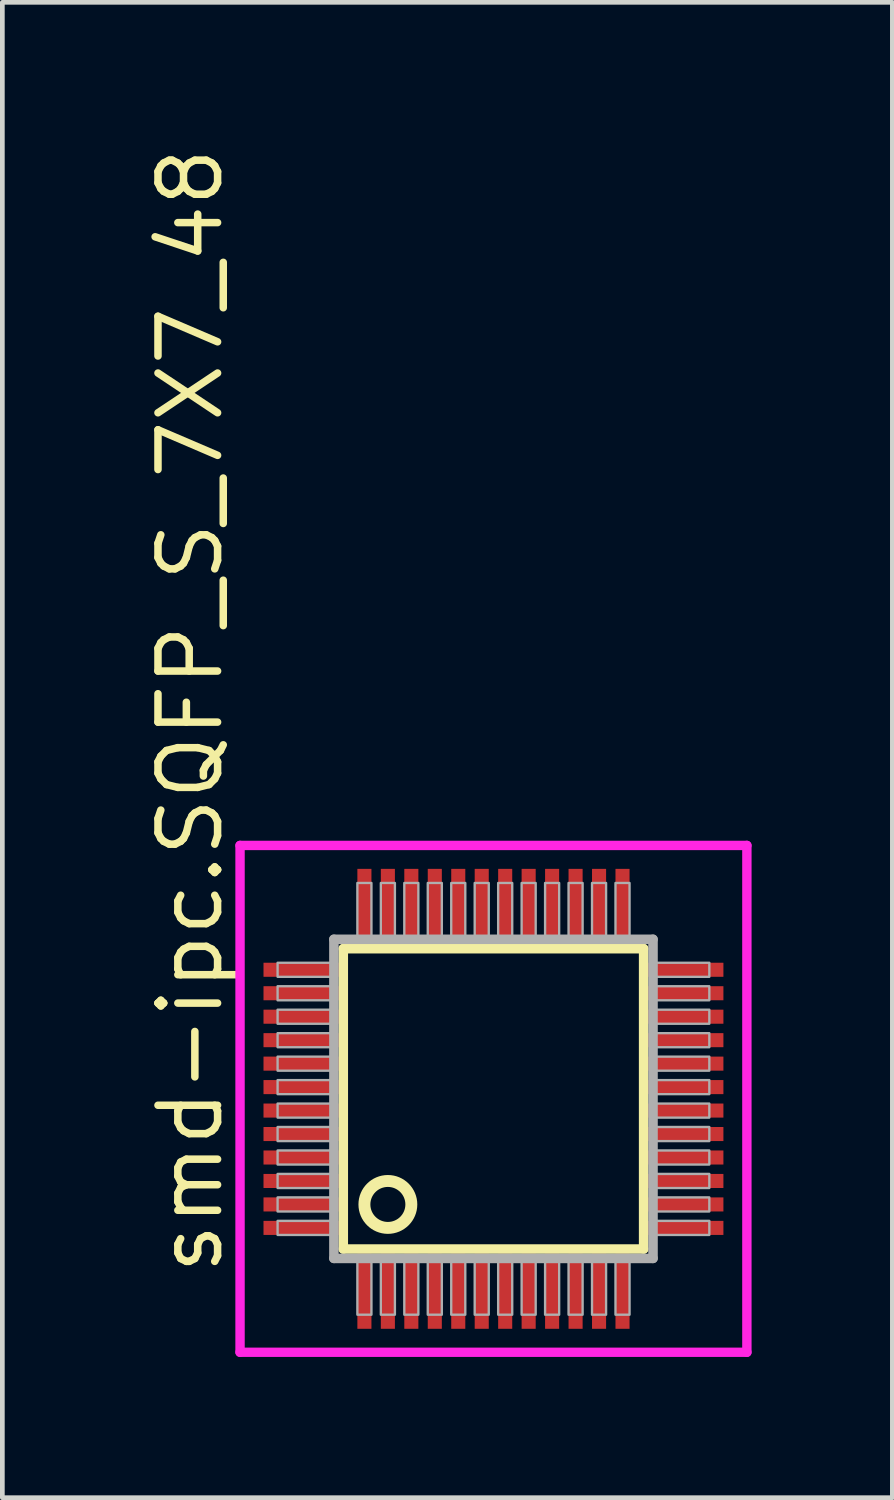
<source format=kicad_pcb>
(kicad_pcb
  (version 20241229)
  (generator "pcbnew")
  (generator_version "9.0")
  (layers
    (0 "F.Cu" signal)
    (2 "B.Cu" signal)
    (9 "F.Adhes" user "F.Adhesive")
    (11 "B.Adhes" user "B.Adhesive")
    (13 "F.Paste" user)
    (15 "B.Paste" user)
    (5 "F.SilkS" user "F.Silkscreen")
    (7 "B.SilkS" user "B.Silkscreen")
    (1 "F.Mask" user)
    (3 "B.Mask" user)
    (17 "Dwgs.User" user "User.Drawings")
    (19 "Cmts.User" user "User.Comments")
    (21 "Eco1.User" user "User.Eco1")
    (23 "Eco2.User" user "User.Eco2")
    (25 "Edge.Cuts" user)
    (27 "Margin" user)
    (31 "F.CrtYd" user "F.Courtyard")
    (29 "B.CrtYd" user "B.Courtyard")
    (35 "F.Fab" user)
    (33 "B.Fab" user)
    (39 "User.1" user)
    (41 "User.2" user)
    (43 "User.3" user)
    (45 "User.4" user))
  (footprint "smd-ipc.SQFP_S_7X7_48"
    (layer "F.Cu")
    (at 7.465 20.365)
    (property "Reference" "smd-ipc.SQFP_S_7X7_48" (at -5.715 3.81 90) (layer "F.SilkS") (effects (font (size 1.27 1.27) (thickness 0.16)) (justify left bottom)))
    (attr smd)
    (fp_line (start -3.2 -3.2) (end 3.2 -3.2) (stroke (width 0.203) (type default)) (layer "F.SilkS"))
    (fp_line (start -3.2 3.2) (end -3.2 -3.2) (stroke (width 0.203) (type default)) (layer "F.SilkS"))
    (fp_line (start 3.2 -3.2) (end 3.2 3.2) (stroke (width 0.203) (type default)) (layer "F.SilkS"))
    (fp_line (start 3.2 3.2) (end -3.2 3.2) (stroke (width 0.203) (type default)) (layer "F.SilkS"))
    (fp_circle (center -2.25 2.25) (end -1.75 2.25) (stroke (width 0.254) (type default)) (fill no) (layer "F.SilkS"))
    (fp_line (start -5.4 -5.4) (end 5.4 -5.4) (stroke (width 0.2) (type default)) (layer "F.CrtYd"))
    (fp_line (start -5.4 5.4) (end -5.4 -5.4) (stroke (width 0.2) (type default)) (layer "F.CrtYd"))
    (fp_line (start 5.4 -5.4) (end 5.4 5.4) (stroke (width 0.2) (type default)) (layer "F.CrtYd"))
    (fp_line (start 5.4 5.4) (end -5.4 5.4) (stroke (width 0.2) (type default)) (layer "F.CrtYd"))
    (fp_line (start -3.4 -3.4) (end -3.4 3.4) (stroke (width 0.203) (type default)) (layer "F.Fab"))
    (fp_line (start -3.4 3.4) (end 3.4 3.4) (stroke (width 0.203) (type default)) (layer "F.Fab"))
    (fp_line (start 3.4 -3.4) (end -3.4 -3.4) (stroke (width 0.203) (type default)) (layer "F.Fab"))
    (fp_line (start 3.4 3.4) (end 3.4 -3.4) (stroke (width 0.203) (type default)) (layer "F.Fab"))
    (fp_rect (start -4.6 -2.6) (end -3.45 -2.9) (stroke (width 0.05) (type default)) (fill no) (layer "F.Fab"))
    (fp_rect (start -4.6 -2.1) (end -3.45 -2.4) (stroke (width 0.05) (type default)) (fill no) (layer "F.Fab"))
    (fp_rect (start -4.6 -1.6) (end -3.45 -1.9) (stroke (width 0.05) (type default)) (fill no) (layer "F.Fab"))
    (fp_rect (start -4.6 -1.1) (end -3.45 -1.4) (stroke (width 0.05) (type default)) (fill no) (layer "F.Fab"))
    (fp_rect (start -4.6 -0.6) (end -3.45 -0.9) (stroke (width 0.05) (type default)) (fill no) (layer "F.Fab"))
    (fp_rect (start -4.6 -0.1) (end -3.45 -0.4) (stroke (width 0.05) (type default)) (fill no) (layer "F.Fab"))
    (fp_rect (start -4.6 0.4) (end -3.45 0.1) (stroke (width 0.05) (type default)) (fill no) (layer "F.Fab"))
    (fp_rect (start -4.6 0.9) (end -3.45 0.6) (stroke (width 0.05) (type default)) (fill no) (layer "F.Fab"))
    (fp_rect (start -4.6 1.4) (end -3.45 1.1) (stroke (width 0.05) (type default)) (fill no) (layer "F.Fab"))
    (fp_rect (start -4.6 1.9) (end -3.45 1.6) (stroke (width 0.05) (type default)) (fill no) (layer "F.Fab"))
    (fp_rect (start -4.6 2.4) (end -3.45 2.1) (stroke (width 0.05) (type default)) (fill no) (layer "F.Fab"))
    (fp_rect (start -4.6 2.9) (end -3.45 2.6) (stroke (width 0.05) (type default)) (fill no) (layer "F.Fab"))
    (fp_rect (start -2.9 -3.45) (end -2.6 -4.6) (stroke (width 0.05) (type default)) (fill no) (layer "F.Fab"))
    (fp_rect (start -2.9 4.6) (end -2.6 3.45) (stroke (width 0.05) (type default)) (fill no) (layer "F.Fab"))
    (fp_rect (start -2.4 -3.45) (end -2.1 -4.6) (stroke (width 0.05) (type default)) (fill no) (layer "F.Fab"))
    (fp_rect (start -2.4 4.6) (end -2.1 3.45) (stroke (width 0.05) (type default)) (fill no) (layer "F.Fab"))
    (fp_rect (start -1.9 -3.45) (end -1.6 -4.6) (stroke (width 0.05) (type default)) (fill no) (layer "F.Fab"))
    (fp_rect (start -1.9 4.6) (end -1.6 3.45) (stroke (width 0.05) (type default)) (fill no) (layer "F.Fab"))
    (fp_rect (start -1.4 -3.45) (end -1.1 -4.6) (stroke (width 0.05) (type default)) (fill no) (layer "F.Fab"))
    (fp_rect (start -1.4 4.6) (end -1.1 3.45) (stroke (width 0.05) (type default)) (fill no) (layer "F.Fab"))
    (fp_rect (start -0.9 -3.45) (end -0.6 -4.6) (stroke (width 0.05) (type default)) (fill no) (layer "F.Fab"))
    (fp_rect (start -0.9 4.6) (end -0.6 3.45) (stroke (width 0.05) (type default)) (fill no) (layer "F.Fab"))
    (fp_rect (start -0.4 -3.45) (end -0.1 -4.6) (stroke (width 0.05) (type default)) (fill no) (layer "F.Fab"))
    (fp_rect (start -0.4 4.6) (end -0.1 3.45) (stroke (width 0.05) (type default)) (fill no) (layer "F.Fab"))
    (fp_rect (start 0.1 -3.45) (end 0.4 -4.6) (stroke (width 0.05) (type default)) (fill no) (layer "F.Fab"))
    (fp_rect (start 0.1 4.6) (end 0.4 3.45) (stroke (width 0.05) (type default)) (fill no) (layer "F.Fab"))
    (fp_rect (start 0.6 -3.45) (end 0.9 -4.6) (stroke (width 0.05) (type default)) (fill no) (layer "F.Fab"))
    (fp_rect (start 0.6 4.6) (end 0.9 3.45) (stroke (width 0.05) (type default)) (fill no) (layer "F.Fab"))
    (fp_rect (start 1.1 -3.45) (end 1.4 -4.6) (stroke (width 0.05) (type default)) (fill no) (layer "F.Fab"))
    (fp_rect (start 1.1 4.6) (end 1.4 3.45) (stroke (width 0.05) (type default)) (fill no) (layer "F.Fab"))
    (fp_rect (start 1.6 -3.45) (end 1.9 -4.6) (stroke (width 0.05) (type default)) (fill no) (layer "F.Fab"))
    (fp_rect (start 1.6 4.6) (end 1.9 3.45) (stroke (width 0.05) (type default)) (fill no) (layer "F.Fab"))
    (fp_rect (start 2.1 -3.45) (end 2.4 -4.6) (stroke (width 0.05) (type default)) (fill no) (layer "F.Fab"))
    (fp_rect (start 2.1 4.6) (end 2.4 3.45) (stroke (width 0.05) (type default)) (fill no) (layer "F.Fab"))
    (fp_rect (start 2.6 -3.45) (end 2.9 -4.6) (stroke (width 0.05) (type default)) (fill no) (layer "F.Fab"))
    (fp_rect (start 2.6 4.6) (end 2.9 3.45) (stroke (width 0.05) (type default)) (fill no) (layer "F.Fab"))
    (fp_rect (start 3.45 -2.6) (end 4.6 -2.9) (stroke (width 0.05) (type default)) (fill no) (layer "F.Fab"))
    (fp_rect (start 3.45 -2.1) (end 4.6 -2.4) (stroke (width 0.05) (type default)) (fill no) (layer "F.Fab"))
    (fp_rect (start 3.45 -1.6) (end 4.6 -1.9) (stroke (width 0.05) (type default)) (fill no) (layer "F.Fab"))
    (fp_rect (start 3.45 -1.1) (end 4.6 -1.4) (stroke (width 0.05) (type default)) (fill no) (layer "F.Fab"))
    (fp_rect (start 3.45 -0.6) (end 4.6 -0.9) (stroke (width 0.05) (type default)) (fill no) (layer "F.Fab"))
    (fp_rect (start 3.45 -0.1) (end 4.6 -0.4) (stroke (width 0.05) (type default)) (fill no) (layer "F.Fab"))
    (fp_rect (start 3.45 0.4) (end 4.6 0.1) (stroke (width 0.05) (type default)) (fill no) (layer "F.Fab"))
    (fp_rect (start 3.45 0.9) (end 4.6 0.6) (stroke (width 0.05) (type default)) (fill no) (layer "F.Fab"))
    (fp_rect (start 3.45 1.4) (end 4.6 1.1) (stroke (width 0.05) (type default)) (fill no) (layer "F.Fab"))
    (fp_rect (start 3.45 1.9) (end 4.6 1.6) (stroke (width 0.05) (type default)) (fill no) (layer "F.Fab"))
    (fp_rect (start 3.45 2.4) (end 4.6 2.1) (stroke (width 0.05) (type default)) (fill no) (layer "F.Fab"))
    (fp_rect (start 3.45 2.9) (end 4.6 2.6) (stroke (width 0.05) (type default)) (fill no) (layer "F.Fab"))
    (pad "1" smd roundrect (at -2.75 4.1) (size 0.3 1.6) (layers "F.Cu" "F.Mask" "F.Paste") (roundrect_rratio 0.01))
    (pad "2" smd roundrect (at -2.25 4.1) (size 0.3 1.6) (layers "F.Cu" "F.Mask" "F.Paste") (roundrect_rratio 0.01))
    (pad "3" smd roundrect (at -1.75 4.1) (size 0.3 1.6) (layers "F.Cu" "F.Mask" "F.Paste") (roundrect_rratio 0.01))
    (pad "4" smd roundrect (at -1.25 4.1) (size 0.3 1.6) (layers "F.Cu" "F.Mask" "F.Paste") (roundrect_rratio 0.01))
    (pad "5" smd roundrect (at -0.75 4.1) (size 0.3 1.6) (layers "F.Cu" "F.Mask" "F.Paste") (roundrect_rratio 0.01))
    (pad "6" smd roundrect (at -0.25 4.1) (size 0.3 1.6) (layers "F.Cu" "F.Mask" "F.Paste") (roundrect_rratio 0.01))
    (pad "7" smd roundrect (at 0.25 4.1) (size 0.3 1.6) (layers "F.Cu" "F.Mask" "F.Paste") (roundrect_rratio 0.01))
    (pad "8" smd roundrect (at 0.75 4.1) (size 0.3 1.6) (layers "F.Cu" "F.Mask" "F.Paste") (roundrect_rratio 0.01))
    (pad "9" smd roundrect (at 1.25 4.1) (size 0.3 1.6) (layers "F.Cu" "F.Mask" "F.Paste") (roundrect_rratio 0.01))
    (pad "10" smd roundrect (at 1.75 4.1) (size 0.3 1.6) (layers "F.Cu" "F.Mask" "F.Paste") (roundrect_rratio 0.01))
    (pad "11" smd roundrect (at 2.25 4.1) (size 0.3 1.6) (layers "F.Cu" "F.Mask" "F.Paste") (roundrect_rratio 0.01))
    (pad "12" smd roundrect (at 2.75 4.1) (size 0.3 1.6) (layers "F.Cu" "F.Mask" "F.Paste") (roundrect_rratio 0.01))
    (pad "13" smd roundrect (at 4.1 2.75) (size 1.6 0.3) (layers "F.Cu" "F.Mask" "F.Paste") (roundrect_rratio 0.01))
    (pad "14" smd roundrect (at 4.1 2.25) (size 1.6 0.3) (layers "F.Cu" "F.Mask" "F.Paste") (roundrect_rratio 0.01))
    (pad "15" smd roundrect (at 4.1 1.75) (size 1.6 0.3) (layers "F.Cu" "F.Mask" "F.Paste") (roundrect_rratio 0.01))
    (pad "16" smd roundrect (at 4.1 1.25) (size 1.6 0.3) (layers "F.Cu" "F.Mask" "F.Paste") (roundrect_rratio 0.01))
    (pad "17" smd roundrect (at 4.1 0.75) (size 1.6 0.3) (layers "F.Cu" "F.Mask" "F.Paste") (roundrect_rratio 0.01))
    (pad "18" smd roundrect (at 4.1 0.25) (size 1.6 0.3) (layers "F.Cu" "F.Mask" "F.Paste") (roundrect_rratio 0.01))
    (pad "19" smd roundrect (at 4.1 -0.25) (size 1.6 0.3) (layers "F.Cu" "F.Mask" "F.Paste") (roundrect_rratio 0.01))
    (pad "20" smd roundrect (at 4.1 -0.75) (size 1.6 0.3) (layers "F.Cu" "F.Mask" "F.Paste") (roundrect_rratio 0.01))
    (pad "21" smd roundrect (at 4.1 -1.25) (size 1.6 0.3) (layers "F.Cu" "F.Mask" "F.Paste") (roundrect_rratio 0.01))
    (pad "22" smd roundrect (at 4.1 -1.75) (size 1.6 0.3) (layers "F.Cu" "F.Mask" "F.Paste") (roundrect_rratio 0.01))
    (pad "23" smd roundrect (at 4.1 -2.25) (size 1.6 0.3) (layers "F.Cu" "F.Mask" "F.Paste") (roundrect_rratio 0.01))
    (pad "24" smd roundrect (at 4.1 -2.75) (size 1.6 0.3) (layers "F.Cu" "F.Mask" "F.Paste") (roundrect_rratio 0.01))
    (pad "25" smd roundrect (at 2.75 -4.1) (size 0.3 1.6) (layers "F.Cu" "F.Mask" "F.Paste") (roundrect_rratio 0.01))
    (pad "26" smd roundrect (at 2.25 -4.1) (size 0.3 1.6) (layers "F.Cu" "F.Mask" "F.Paste") (roundrect_rratio 0.01))
    (pad "27" smd roundrect (at 1.75 -4.1) (size 0.3 1.6) (layers "F.Cu" "F.Mask" "F.Paste") (roundrect_rratio 0.01))
    (pad "28" smd roundrect (at 1.25 -4.1) (size 0.3 1.6) (layers "F.Cu" "F.Mask" "F.Paste") (roundrect_rratio 0.01))
    (pad "29" smd roundrect (at 0.75 -4.1) (size 0.3 1.6) (layers "F.Cu" "F.Mask" "F.Paste") (roundrect_rratio 0.01))
    (pad "30" smd roundrect (at 0.25 -4.1) (size 0.3 1.6) (layers "F.Cu" "F.Mask" "F.Paste") (roundrect_rratio 0.01))
    (pad "31" smd roundrect (at -0.25 -4.1) (size 0.3 1.6) (layers "F.Cu" "F.Mask" "F.Paste") (roundrect_rratio 0.01))
    (pad "32" smd roundrect (at -0.75 -4.1) (size 0.3 1.6) (layers "F.Cu" "F.Mask" "F.Paste") (roundrect_rratio 0.01))
    (pad "33" smd roundrect (at -1.25 -4.1) (size 0.3 1.6) (layers "F.Cu" "F.Mask" "F.Paste") (roundrect_rratio 0.01))
    (pad "34" smd roundrect (at -1.75 -4.1) (size 0.3 1.6) (layers "F.Cu" "F.Mask" "F.Paste") (roundrect_rratio 0.01))
    (pad "35" smd roundrect (at -2.25 -4.1) (size 0.3 1.6) (layers "F.Cu" "F.Mask" "F.Paste") (roundrect_rratio 0.01))
    (pad "36" smd roundrect (at -2.75 -4.1) (size 0.3 1.6) (layers "F.Cu" "F.Mask" "F.Paste") (roundrect_rratio 0.01))
    (pad "37" smd roundrect (at -4.1 -2.75) (size 1.6 0.3) (layers "F.Cu" "F.Mask" "F.Paste") (roundrect_rratio 0.01))
    (pad "38" smd roundrect (at -4.1 -2.25) (size 1.6 0.3) (layers "F.Cu" "F.Mask" "F.Paste") (roundrect_rratio 0.01))
    (pad "39" smd roundrect (at -4.1 -1.75) (size 1.6 0.3) (layers "F.Cu" "F.Mask" "F.Paste") (roundrect_rratio 0.01))
    (pad "40" smd roundrect (at -4.1 -1.25) (size 1.6 0.3) (layers "F.Cu" "F.Mask" "F.Paste") (roundrect_rratio 0.01))
    (pad "41" smd roundrect (at -4.1 -0.75) (size 1.6 0.3) (layers "F.Cu" "F.Mask" "F.Paste") (roundrect_rratio 0.01))
    (pad "42" smd roundrect (at -4.1 -0.25) (size 1.6 0.3) (layers "F.Cu" "F.Mask" "F.Paste") (roundrect_rratio 0.01))
    (pad "43" smd roundrect (at -4.1 0.25) (size 1.6 0.3) (layers "F.Cu" "F.Mask" "F.Paste") (roundrect_rratio 0.01))
    (pad "44" smd roundrect (at -4.1 0.75) (size 1.6 0.3) (layers "F.Cu" "F.Mask" "F.Paste") (roundrect_rratio 0.01))
    (pad "45" smd roundrect (at -4.1 1.25) (size 1.6 0.3) (layers "F.Cu" "F.Mask" "F.Paste") (roundrect_rratio 0.01))
    (pad "46" smd roundrect (at -4.1 1.75) (size 1.6 0.3) (layers "F.Cu" "F.Mask" "F.Paste") (roundrect_rratio 0.01))
    (pad "47" smd roundrect (at -4.1 2.25) (size 1.6 0.3) (layers "F.Cu" "F.Mask" "F.Paste") (roundrect_rratio 0.01))
    (pad "48" smd roundrect (at -4.1 2.75) (size 1.6 0.3) (layers "F.Cu" "F.Mask" "F.Paste") (roundrect_rratio 0.01)))
  (gr_rect
    (start -3 -3)
    (end 15.965 28.864)
    (stroke (width 0.1) (type default))
    (fill no)
    (layer "Edge.Cuts")))
</source>
